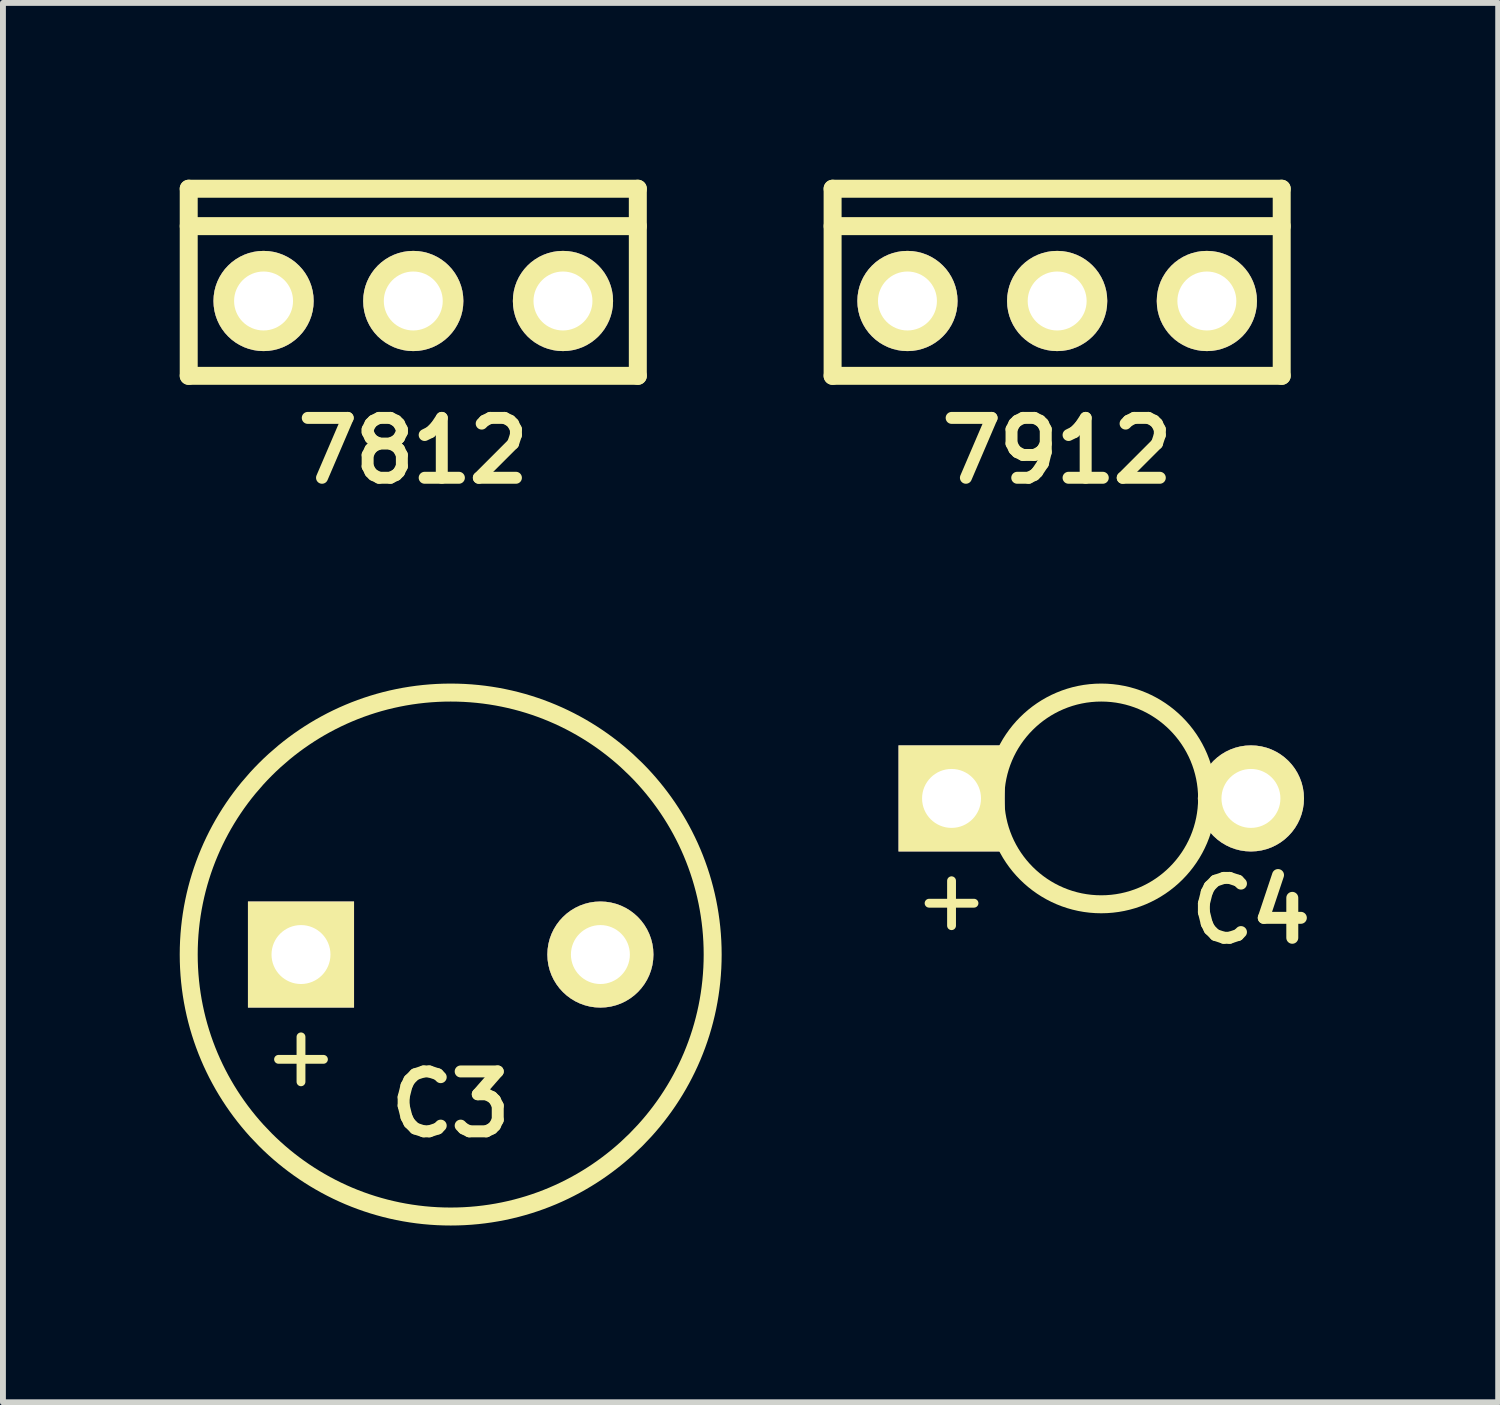
<source format=kicad_pcb>
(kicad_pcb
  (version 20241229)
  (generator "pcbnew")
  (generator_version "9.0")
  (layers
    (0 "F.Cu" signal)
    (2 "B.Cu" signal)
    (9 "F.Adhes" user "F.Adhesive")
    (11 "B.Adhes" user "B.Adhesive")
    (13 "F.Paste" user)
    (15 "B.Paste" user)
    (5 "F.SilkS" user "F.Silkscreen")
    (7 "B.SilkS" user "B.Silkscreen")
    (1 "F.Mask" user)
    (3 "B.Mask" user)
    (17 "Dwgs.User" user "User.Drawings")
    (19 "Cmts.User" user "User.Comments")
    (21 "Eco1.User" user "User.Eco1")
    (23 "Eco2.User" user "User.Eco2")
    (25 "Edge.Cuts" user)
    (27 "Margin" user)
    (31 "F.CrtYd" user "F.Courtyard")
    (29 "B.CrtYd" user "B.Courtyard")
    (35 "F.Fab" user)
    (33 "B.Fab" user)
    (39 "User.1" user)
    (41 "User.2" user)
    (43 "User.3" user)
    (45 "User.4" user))
  (footprint "C4"
    (layer "F.Cu")
    (at 15.635 10.497)
    (property "Reference" "C4" (at 2.54 1.905 0) (layer "F.SilkS") (effects (font (size 1.016 1.016) (thickness 0.203))))
    (attr through_hole)
    (fp_line (start -2.921 1.778) (end -2.159 1.778) (stroke (width 0.15) (type solid)) (layer "F.SilkS"))
    (fp_line (start -2.54 1.397) (end -2.54 2.159) (stroke (width 0.15) (type solid)) (layer "F.SilkS"))
    (fp_line (start -1.905 0) (end -2.54 0) (stroke (width 0.305) (type solid)) (layer "F.SilkS"))
    (fp_line (start 1.905 0) (end 2.54 0) (stroke (width 0.305) (type solid)) (layer "F.SilkS"))
    (fp_circle (center 0 0) (end 1.27 1.27) (stroke (width 0.305) (type solid)) (fill no) (layer "F.SilkS"))
    (pad "1" thru_hole rect (at -2.54 0) (size 1.8 1.8) (drill 1) (layers "*.Cu" "*.Mask" "F.SilkS"))
    (pad "2" thru_hole circle (at 2.54 0) (size 1.8 1.8) (drill 1) (layers "*.Cu" "*.Mask" "F.SilkS")))
  (footprint "7812"
    (placed yes)
    (layer "F.Cu")
    (at 3.962 2.057)
    (property "Reference" "7812" (at 0 2.54 0) (layer "F.SilkS") (effects (font (size 1.016 1.016) (thickness 0.203))))
    (attr through_hole)
    (fp_line (start -3.81 -1.905) (end -3.81 1.27) (stroke (width 0.305) (type solid)) (layer "F.SilkS"))
    (fp_line (start -3.81 -1.27) (end 3.81 -1.27) (stroke (width 0.305) (type solid)) (layer "F.SilkS"))
    (fp_line (start -3.81 1.27) (end 3.81 1.27) (stroke (width 0.305) (type solid)) (layer "F.SilkS"))
    (fp_line (start 3.81 -1.905) (end -3.81 -1.905) (stroke (width 0.305) (type solid)) (layer "F.SilkS"))
    (fp_line (start 3.81 1.27) (end 3.81 -1.905) (stroke (width 0.305) (type solid)) (layer "F.SilkS"))
    (pad "GND" thru_hole circle (at 0 0) (size 1.7 1.7) (drill 1) (layers "*.Cu" "*.Mask" "F.SilkS"))
    (pad "VI" thru_hole circle (at -2.54 0) (size 1.7 1.7) (drill 1) (layers "*.Cu" "*.Mask" "F.SilkS"))
    (pad "VO" thru_hole circle (at 2.54 0) (size 1.7 1.7) (drill 1) (layers "*.Cu" "*.Mask" "F.SilkS")))
  (footprint "C3"
    (layer "F.Cu")
    (at 4.597 13.146)
    (property "Reference" "C3" (at 0 2.54 0) (layer "F.SilkS") (effects (font (size 1.016 1.016) (thickness 0.203))))
    (attr through_hole)
    (fp_line (start -2.921 1.778) (end -2.159 1.778) (stroke (width 0.15) (type solid)) (layer "F.SilkS"))
    (fp_line (start -2.54 1.397) (end -2.54 2.159) (stroke (width 0.15) (type solid)) (layer "F.SilkS"))
    (fp_circle (center 0 0) (end -4.445 0) (stroke (width 0.305) (type solid)) (fill no) (layer "F.SilkS"))
    (pad "1" thru_hole rect (at -2.54 0) (size 1.8 1.8) (drill 1) (layers "*.Cu" "*.Mask" "F.SilkS"))
    (pad "2" thru_hole circle (at 2.54 0) (size 1.8 1.8) (drill 1) (layers "*.Cu" "*.Mask" "F.SilkS")))
  (footprint "7912"
    (placed yes)
    (layer "F.Cu")
    (at 14.887 2.057)
    (property "Reference" "7912" (at 0 2.54 0) (layer "F.SilkS") (effects (font (size 1.016 1.016) (thickness 0.203))))
    (attr through_hole)
    (fp_line (start -3.81 -1.905) (end -3.81 1.27) (stroke (width 0.305) (type solid)) (layer "F.SilkS"))
    (fp_line (start -3.81 -1.27) (end 3.81 -1.27) (stroke (width 0.305) (type solid)) (layer "F.SilkS"))
    (fp_line (start -3.81 1.27) (end 3.81 1.27) (stroke (width 0.305) (type solid)) (layer "F.SilkS"))
    (fp_line (start 3.81 -1.905) (end -3.81 -1.905) (stroke (width 0.305) (type solid)) (layer "F.SilkS"))
    (fp_line (start 3.81 1.27) (end 3.81 -1.905) (stroke (width 0.305) (type solid)) (layer "F.SilkS"))
    (pad "GND" thru_hole circle (at -2.54 0) (size 1.7 1.7) (drill 1) (layers "*.Cu" "*.Mask" "F.SilkS"))
    (pad "VI" thru_hole circle (at 0 0) (size 1.7 1.7) (drill 1) (layers "*.Cu" "*.Mask" "F.SilkS"))
    (pad "VO" thru_hole circle (at 2.54 0) (size 1.7 1.7) (drill 1) (layers "*.Cu" "*.Mask" "F.SilkS")))
  (gr_rect
    (start -3 -3)
    (end 22.37 20.743)
    (stroke (width 0.1) (type default))
    (fill no)
    (layer "Edge.Cuts")))
</source>
